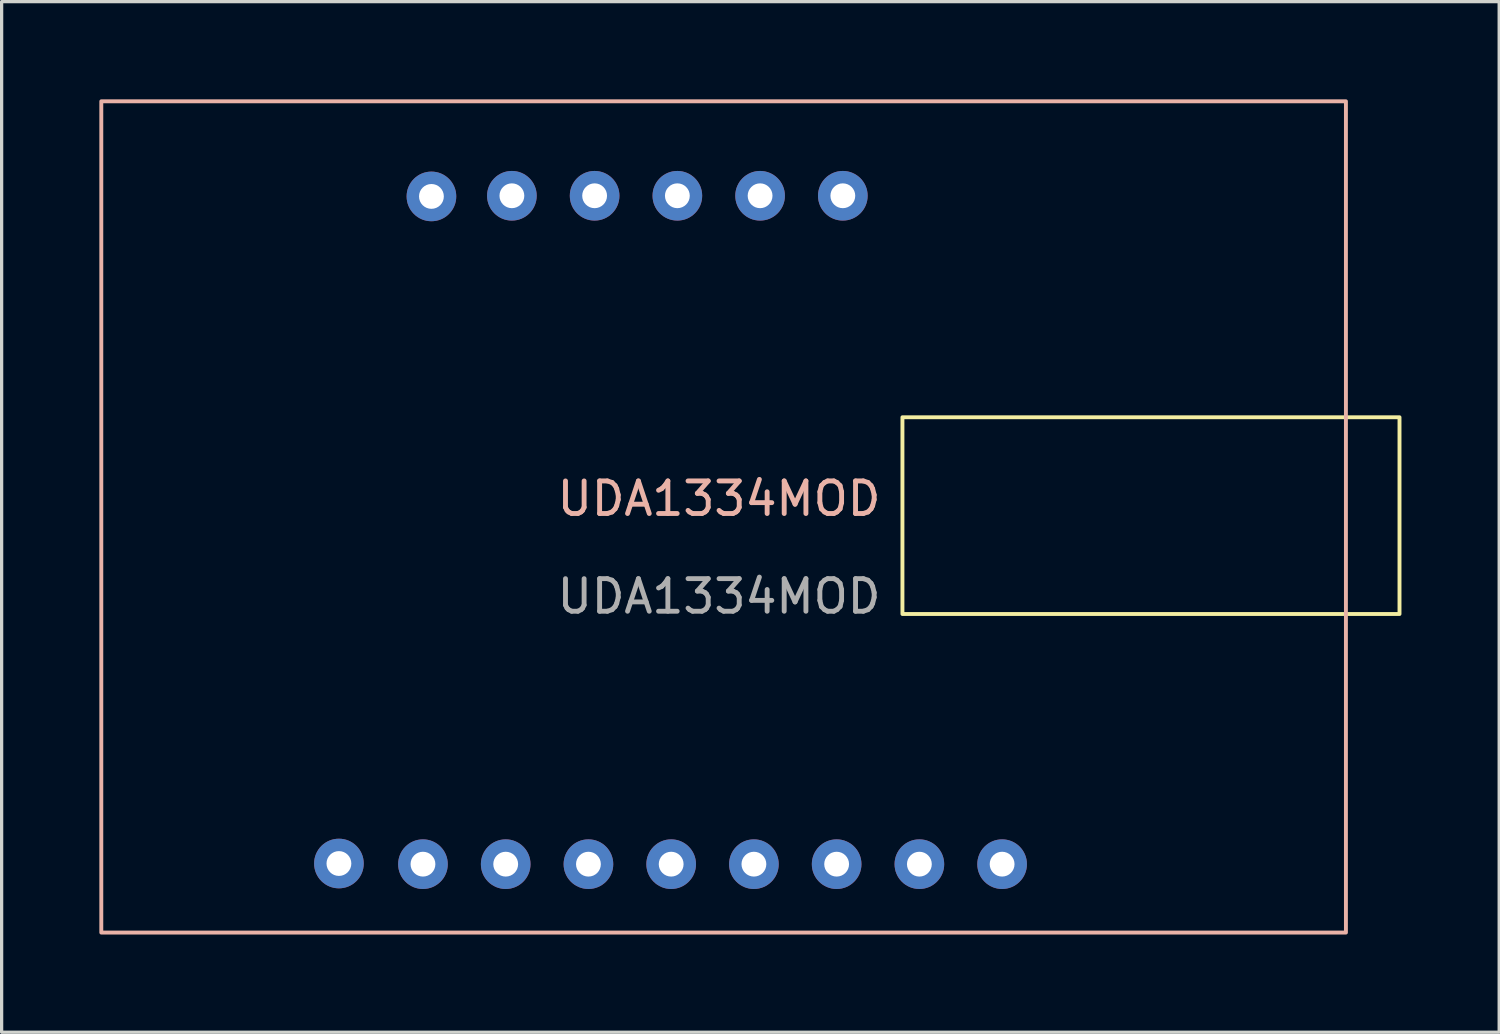
<source format=kicad_pcb>
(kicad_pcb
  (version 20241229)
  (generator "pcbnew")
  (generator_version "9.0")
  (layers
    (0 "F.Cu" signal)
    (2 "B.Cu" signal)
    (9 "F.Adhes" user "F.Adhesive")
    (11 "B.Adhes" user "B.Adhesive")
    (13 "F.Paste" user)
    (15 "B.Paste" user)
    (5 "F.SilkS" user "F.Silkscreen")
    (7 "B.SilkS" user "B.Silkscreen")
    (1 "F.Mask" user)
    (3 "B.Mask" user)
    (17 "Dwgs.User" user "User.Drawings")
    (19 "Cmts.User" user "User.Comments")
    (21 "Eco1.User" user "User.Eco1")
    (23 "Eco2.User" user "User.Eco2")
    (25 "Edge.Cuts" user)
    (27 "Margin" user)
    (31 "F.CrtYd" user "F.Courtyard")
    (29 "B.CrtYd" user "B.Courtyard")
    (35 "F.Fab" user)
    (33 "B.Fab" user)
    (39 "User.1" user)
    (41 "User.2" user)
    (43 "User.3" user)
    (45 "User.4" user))
  (footprint "UDA1334MOD"
    (layer "F.Cu")
    (at 19.025 12.76)
    (property "Reference" "UDA1334MOD" (at 0 -0.5 0) (unlocked yes) (layer "B.SilkS") (effects (font (size 1 1) (thickness 0.15))))
    (attr through_hole)
    (fp_rect (start 5.63 -3) (end 20.89 3.04) (stroke (width 0.12) (type default)) (fill no) (layer "F.SilkS"))
    (fp_rect (start -18.965 -12.7) (end 19.245 12.82) (stroke (width 0.12) (type default)) (fill no) (layer "B.SilkS"))
    (fp_text user "${REFERENCE}" (at 0 2.5 0) (unlocked yes) (layer "F.Fab") (effects (font (size 1 1) (thickness 0.15))))
    (pad "1" thru_hole circle (at -11.67 10.7) (size 1.524 1.524) (drill 0.762) (layers "*.Cu" "*.Mask"))
    (pad "2" thru_hole circle (at -9.09 10.72) (size 1.524 1.524) (drill 0.762) (layers "*.Cu" "*.Mask"))
    (pad "3" thru_hole circle (at -6.55 10.72) (size 1.524 1.524) (drill 0.762) (layers "*.Cu" "*.Mask"))
    (pad "4" thru_hole circle (at -4.01 10.72) (size 1.524 1.524) (drill 0.762) (layers "*.Cu" "*.Mask"))
    (pad "5" thru_hole circle (at -1.47 10.72) (size 1.524 1.524) (drill 0.762) (layers "*.Cu" "*.Mask"))
    (pad "6" thru_hole circle (at 1.07 10.72) (size 1.524 1.524) (drill 0.762) (layers "*.Cu" "*.Mask"))
    (pad "7" thru_hole circle (at 3.61 10.72) (size 1.524 1.524) (drill 0.762) (layers "*.Cu" "*.Mask"))
    (pad "8" thru_hole circle (at 6.15 10.72) (size 1.524 1.524) (drill 0.762) (layers "*.Cu" "*.Mask"))
    (pad "9" thru_hole circle (at 8.69 10.72) (size 1.524 1.524) (drill 0.762) (layers "*.Cu" "*.Mask"))
    (pad "10" thru_hole circle (at -8.83 -9.78) (size 1.524 1.524) (drill 0.762) (layers "*.Cu" "*.Mask"))
    (pad "11" thru_hole circle (at -6.36 -9.8) (size 1.524 1.524) (drill 0.762) (layers "*.Cu" "*.Mask"))
    (pad "12" thru_hole circle (at -3.82 -9.8) (size 1.524 1.524) (drill 0.762) (layers "*.Cu" "*.Mask"))
    (pad "13" thru_hole circle (at -1.28 -9.8) (size 1.524 1.524) (drill 0.762) (layers "*.Cu" "*.Mask"))
    (pad "14" thru_hole circle (at 1.26 -9.8) (size 1.524 1.524) (drill 0.762) (layers "*.Cu" "*.Mask"))
    (pad "15" thru_hole circle (at 3.8 -9.8) (size 1.524 1.524) (drill 0.762) (layers "*.Cu" "*.Mask")))
  (gr_rect
    (start -3 -3)
    (end 42.975 28.64)
    (stroke (width 0.1) (type default))
    (fill no)
    (layer "Edge.Cuts")))
</source>
